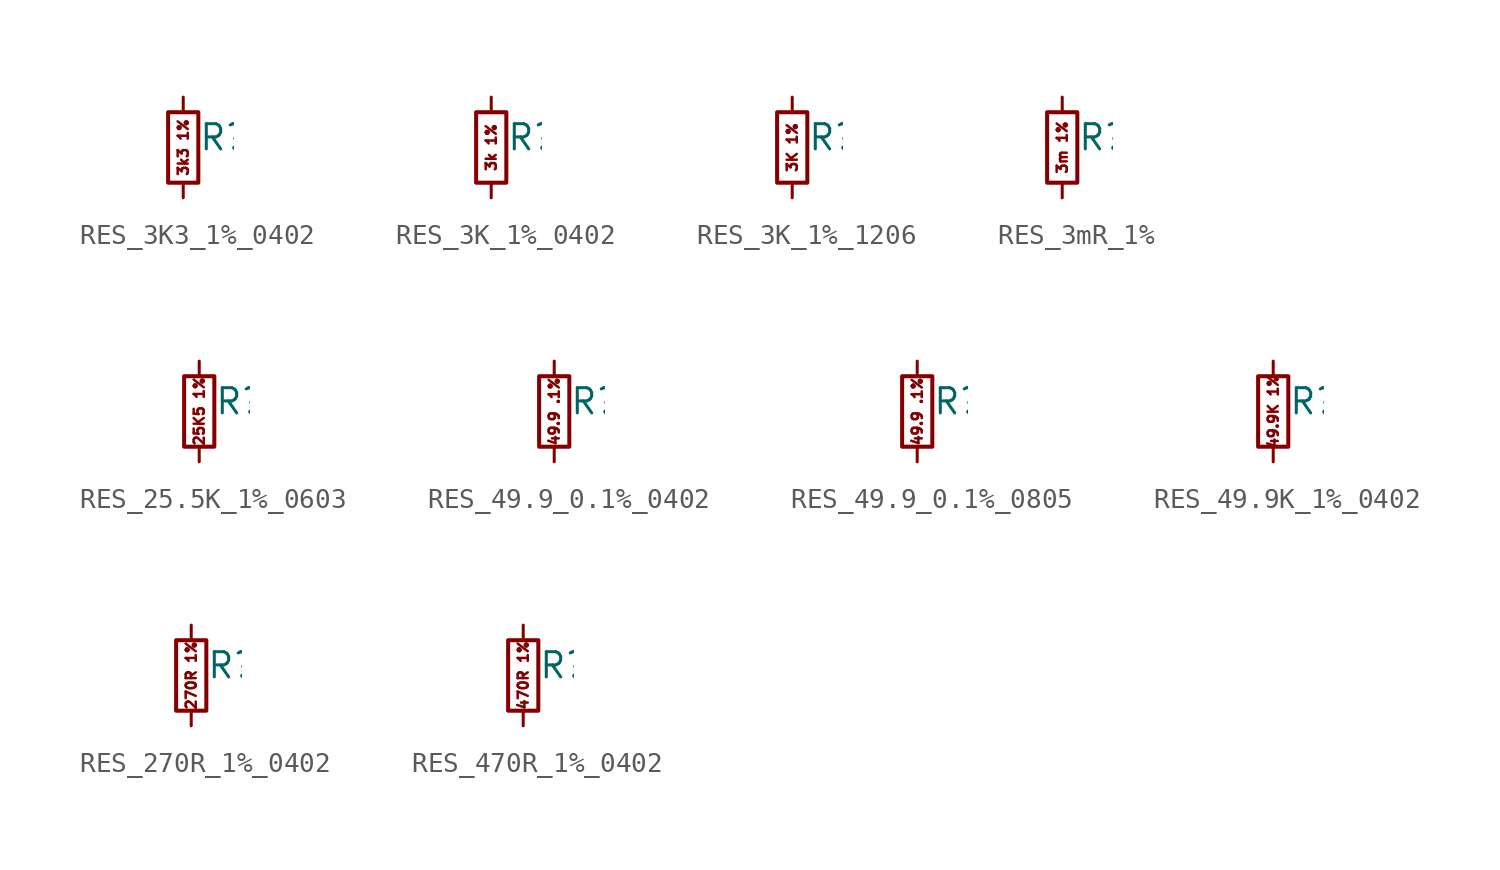
<source format=kicad_sym>
(kicad_symbol_lib
  (version 20211014)
  (generator kicad_symbol_editor)
  (symbol "RES_3K3_1%_0402"
    (pin_numbers hide)
    (pin_names
      (offset 0.254) hide)
    (property "Reference" "R"
      (at 0.762 0.508 0)
      (effects (font (size 1.27 1.27)) (justify left)))
    (symbol "RES_3K3_1%_0402_0_0"
      (text "3k3 1%" (at 0 0 900) (effects (font (size 0.508 0.508)))))
    (symbol "RES_3K3_1%_0402_0_1"
      (rectangle (start -0.762 1.778) (end 0.762 -1.778) (stroke (width 0.203) (type default) (color 0 0 0 0)) (fill (type none))))
    (symbol "RES_3K3_1%_0402_1_1"
      (pin passive line (at 0 2.54 270) (length 0.762) (name "~" (effects (font (size 1.27 1.27)))) (number "1" (effects (font (size 1.27 1.27)))))
      (pin passive line (at 0 -2.54 90) (length 0.762) (name "~" (effects (font (size 1.27 1.27)))) (number "2" (effects (font (size 1.27 1.27)))))))
  (symbol "RES_3K_1%_0402"
    (pin_numbers hide)
    (pin_names
      (offset 0.254) hide)
    (property "Reference" "R"
      (at 0.762 0.508 0)
      (effects (font (size 1.27 1.27)) (justify left)))
    (symbol "RES_3K_1%_0402_0_0"
      (text "3k 1%" (at 0 0 900) (effects (font (size 0.508 0.508)))))
    (symbol "RES_3K_1%_0402_0_1"
      (rectangle (start -0.762 1.778) (end 0.762 -1.778) (stroke (width 0.203) (type default) (color 0 0 0 0)) (fill (type none))))
    (symbol "RES_3K_1%_0402_1_1"
      (pin passive line (at 0 2.54 270) (length 0.762) (name "~" (effects (font (size 1.27 1.27)))) (number "1" (effects (font (size 1.27 1.27)))))
      (pin passive line (at 0 -2.54 90) (length 0.762) (name "~" (effects (font (size 1.27 1.27)))) (number "2" (effects (font (size 1.27 1.27)))))))
  (symbol "RES_3K_1%_1206"
    (pin_numbers hide)
    (pin_names
      (offset 0.254) hide)
    (property "Reference" "R"
      (at 0.762 0.508 0)
      (effects (font (size 1.27 1.27)) (justify left)))
    (symbol "RES_3K_1%_1206_0_0"
      (text "3K 1%" (at 0 0 900) (effects (font (size 0.508 0.508)))))
    (symbol "RES_3K_1%_1206_0_1"
      (rectangle (start -0.762 1.778) (end 0.762 -1.778) (stroke (width 0.203) (type default) (color 0 0 0 0)) (fill (type none))))
    (symbol "RES_3K_1%_1206_1_1"
      (pin passive line (at 0 2.54 270) (length 0.762) (name "~" (effects (font (size 1.27 1.27)))) (number "1" (effects (font (size 1.27 1.27)))))
      (pin passive line (at 0 -2.54 90) (length 0.762) (name "~" (effects (font (size 1.27 1.27)))) (number "2" (effects (font (size 1.27 1.27)))))))
  (symbol "RES_3mR_1%"
    (pin_numbers hide)
    (pin_names
      (offset 0.254) hide)
    (property "Reference" "R"
      (at 0.762 0.508 0)
      (effects (font (size 1.27 1.27)) (justify left)))
    (symbol "RES_3mR_1%_0_0"
      (text "3m 1%" (at 0 0 900) (effects (font (size 0.508 0.508)))))
    (symbol "RES_3mR_1%_0_1"
      (rectangle (start -0.762 1.778) (end 0.762 -1.778) (stroke (width 0.203) (type default) (color 0 0 0 0)) (fill (type none))))
    (symbol "RES_3mR_1%_1_1"
      (pin passive line (at 0 2.54 270) (length 0.762) (name "~" (effects (font (size 1.27 1.27)))) (number "1" (effects (font (size 1.27 1.27)))))
      (pin passive line (at 0 -2.54 90) (length 0.762) (name "~" (effects (font (size 1.27 1.27)))) (number "2" (effects (font (size 1.27 1.27)))))))
  (symbol "RES_25.5K_1%_0603"
    (pin_numbers hide)
    (pin_names
      (offset 0.254) hide)
    (property "Reference" "R"
      (at 0.762 0.508 0)
      (effects (font (size 1.27 1.27)) (justify left)))
    (symbol "RES_25.5K_1%_0603_0_0"
      (text "25K5 1%" (at 0 0 900) (effects (font (size 0.508 0.508)))))
    (symbol "RES_25.5K_1%_0603_0_1"
      (rectangle (start -0.762 1.778) (end 0.762 -1.778) (stroke (width 0.203) (type default) (color 0 0 0 0)) (fill (type none))))
    (symbol "RES_25.5K_1%_0603_1_1"
      (pin passive line (at 0 2.54 270) (length 0.762) (name "~" (effects (font (size 1.27 1.27)))) (number "1" (effects (font (size 1.27 1.27)))))
      (pin passive line (at 0 -2.54 90) (length 0.762) (name "~" (effects (font (size 1.27 1.27)))) (number "2" (effects (font (size 1.27 1.27)))))))
  (symbol "RES_49.9_0.1%_0402"
    (pin_numbers hide)
    (pin_names
      (offset 0.254) hide)
    (property "Reference" "R"
      (at 0.762 0.508 0)
      (effects (font (size 1.27 1.27)) (justify left)))
    (symbol "RES_49.9_0.1%_0402_0_0"
      (text "49.9 .1%" (at 0 0 900) (effects (font (size 0.508 0.508)))))
    (symbol "RES_49.9_0.1%_0402_0_1"
      (rectangle (start -0.762 1.778) (end 0.762 -1.778) (stroke (width 0.203) (type default) (color 0 0 0 0)) (fill (type none))))
    (symbol "RES_49.9_0.1%_0402_1_1"
      (pin passive line (at 0 2.54 270) (length 0.762) (name "~" (effects (font (size 1.27 1.27)))) (number "1" (effects (font (size 1.27 1.27)))))
      (pin passive line (at 0 -2.54 90) (length 0.762) (name "~" (effects (font (size 1.27 1.27)))) (number "2" (effects (font (size 1.27 1.27)))))))
  (symbol "RES_49.9_0.1%_0805"
    (pin_numbers hide)
    (pin_names
      (offset 0.254) hide)
    (property "Reference" "R"
      (at 0.762 0.508 0)
      (effects (font (size 1.27 1.27)) (justify left)))
    (symbol "RES_49.9_0.1%_0805_0_0"
      (text "49.9 .1%" (at 0 0 900) (effects (font (size 0.508 0.508)))))
    (symbol "RES_49.9_0.1%_0805_0_1"
      (rectangle (start -0.762 1.778) (end 0.762 -1.778) (stroke (width 0.203) (type default) (color 0 0 0 0)) (fill (type none))))
    (symbol "RES_49.9_0.1%_0805_1_1"
      (pin passive line (at 0 2.54 270) (length 0.762) (name "~" (effects (font (size 1.27 1.27)))) (number "1" (effects (font (size 1.27 1.27)))))
      (pin passive line (at 0 -2.54 90) (length 0.762) (name "~" (effects (font (size 1.27 1.27)))) (number "2" (effects (font (size 1.27 1.27)))))))
  (symbol "RES_49.9K_1%_0402"
    (pin_numbers hide)
    (pin_names
      (offset 0.254) hide)
    (property "Reference" "R"
      (at 0.762 0.508 0)
      (effects (font (size 1.27 1.27)) (justify left)))
    (symbol "RES_49.9K_1%_0402_0_0"
      (text "49.9K 1%" (at 0 0 900) (effects (font (size 0.508 0.508)))))
    (symbol "RES_49.9K_1%_0402_0_1"
      (rectangle (start -0.762 1.778) (end 0.762 -1.778) (stroke (width 0.203) (type default) (color 0 0 0 0)) (fill (type none))))
    (symbol "RES_49.9K_1%_0402_1_1"
      (pin passive line (at 0 2.54 270) (length 0.762) (name "~" (effects (font (size 1.27 1.27)))) (number "1" (effects (font (size 1.27 1.27)))))
      (pin passive line (at 0 -2.54 90) (length 0.762) (name "~" (effects (font (size 1.27 1.27)))) (number "2" (effects (font (size 1.27 1.27)))))))
  (symbol "RES_270R_1%_0402"
    (pin_numbers hide)
    (pin_names
      (offset 0.254) hide)
    (property "Reference" "R"
      (at 0.762 0.508 0)
      (effects (font (size 1.27 1.27)) (justify left)))
    (symbol "RES_270R_1%_0402_0_0"
      (text "270R 1%" (at 0 0 900) (effects (font (size 0.508 0.508)))))
    (symbol "RES_270R_1%_0402_0_1"
      (rectangle (start -0.762 1.778) (end 0.762 -1.778) (stroke (width 0.203) (type default) (color 0 0 0 0)) (fill (type none))))
    (symbol "RES_270R_1%_0402_1_1"
      (pin passive line (at 0 2.54 270) (length 0.762) (name "~" (effects (font (size 1.27 1.27)))) (number "1" (effects (font (size 1.27 1.27)))))
      (pin passive line (at 0 -2.54 90) (length 0.762) (name "~" (effects (font (size 1.27 1.27)))) (number "2" (effects (font (size 1.27 1.27)))))))
  (symbol "RES_470R_1%_0402"
    (pin_numbers hide)
    (pin_names
      (offset 0.254) hide)
    (property "Reference" "R"
      (at 0.762 0.508 0)
      (effects (font (size 1.27 1.27)) (justify left)))
    (symbol "RES_470R_1%_0402_0_0"
      (text "470R 1%" (at 0 0 900) (effects (font (size 0.508 0.508)))))
    (symbol "RES_470R_1%_0402_0_1"
      (rectangle (start -0.762 1.778) (end 0.762 -1.778) (stroke (width 0.203) (type default) (color 0 0 0 0)) (fill (type none))))
    (symbol "RES_470R_1%_0402_1_1"
      (pin passive line (at 0 2.54 270) (length 0.762) (name "~" (effects (font (size 1.27 1.27)))) (number "1" (effects (font (size 1.27 1.27)))))
      (pin passive line (at 0 -2.54 90) (length 0.762) (name "~" (effects (font (size 1.27 1.27)))) (number "2" (effects (font (size 1.27 1.27))))))))
</source>
